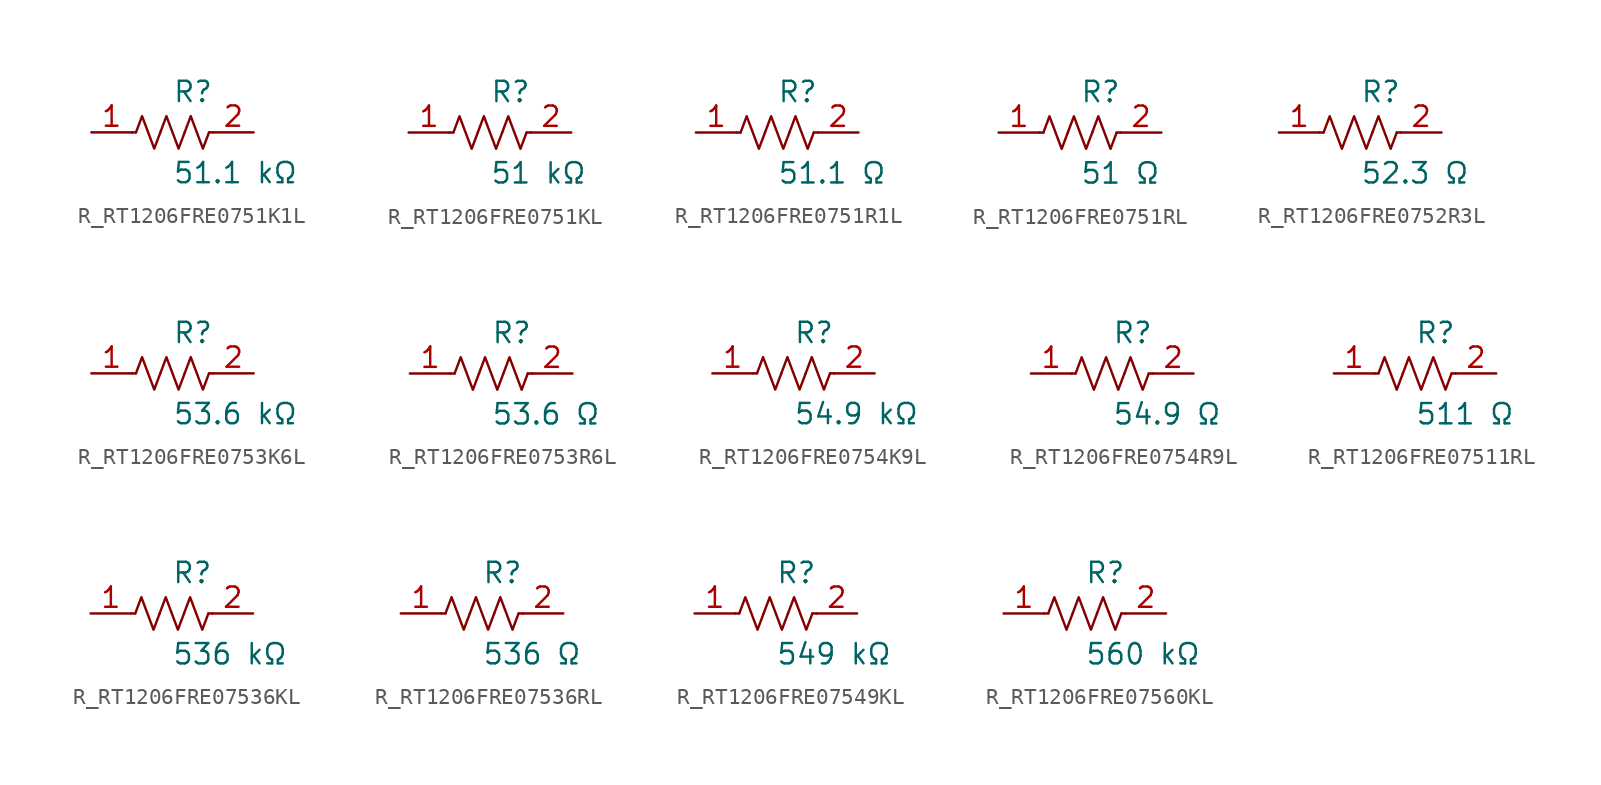
<source format=kicad_sym>
(kicad_symbol_lib
  (version 20231120)
  (generator kicad_symbol_editor)
  (generator_version 8.0)
  (symbol "R_RT1206FRE0751K1L"
    (pin_names
      (offset 0.254))
    (property "Reference" "R"
      (at 0 2.54 0)
      (effects (font (size 1.27 1.27)) (justify left)))
    (property "Value" "51.1 kΩ"
      (at 0 -2.54 0)
      (effects (font (size 1.27 1.27)) (justify left)))
    (symbol "R_RT1206FRE0751K1L_0_1"
      (polyline (pts (xy 2.286 0) (xy 2.54 0)) (stroke (width 0) (type default)) (fill (type none)))
      (polyline (pts (xy -2.286 0) (xy -2.54 0)) (stroke (width 0) (type default)) (fill (type none)))
      (polyline (pts (xy 0.762 0) (xy 1.143 1.016) (xy 1.524 0) (xy 1.905 -1.016) (xy 2.286 0)) (stroke (width 0) (type default)) (fill (type none)))
      (polyline (pts (xy -0.762 0) (xy -0.381 1.016) (xy 0 0) (xy 0.381 -1.016) (xy 0.762 0)) (stroke (width 0) (type default)) (fill (type none)))
      (polyline (pts (xy -2.286 0) (xy -1.905 1.016) (xy -1.524 0) (xy -1.143 -1.016) (xy -0.762 0)) (stroke (width 0) (type default)) (fill (type none))))
    (pin unspecified line
      (at -5.08 0 0)
      (length 2.54)
      (name "" (effects (font (size 1.27 1.27))))
      (number "1" (effects (font (size 1.27 1.27)))))
    (pin unspecified line
      (at 5.08 0 180)
      (length 2.54)
      (name "" (effects (font (size 1.27 1.27))))
      (number "2" (effects (font (size 1.27 1.27))))))
  (symbol "R_RT1206FRE0751KL"
    (pin_names
      (offset 0.254))
    (property "Reference" "R"
      (at 0 2.54 0)
      (effects (font (size 1.27 1.27)) (justify left)))
    (property "Value" "51 kΩ"
      (at 0 -2.54 0)
      (effects (font (size 1.27 1.27)) (justify left)))
    (symbol "R_RT1206FRE0751KL_0_1"
      (polyline (pts (xy 2.286 0) (xy 2.54 0)) (stroke (width 0) (type default)) (fill (type none)))
      (polyline (pts (xy -2.286 0) (xy -2.54 0)) (stroke (width 0) (type default)) (fill (type none)))
      (polyline (pts (xy 0.762 0) (xy 1.143 1.016) (xy 1.524 0) (xy 1.905 -1.016) (xy 2.286 0)) (stroke (width 0) (type default)) (fill (type none)))
      (polyline (pts (xy -0.762 0) (xy -0.381 1.016) (xy 0 0) (xy 0.381 -1.016) (xy 0.762 0)) (stroke (width 0) (type default)) (fill (type none)))
      (polyline (pts (xy -2.286 0) (xy -1.905 1.016) (xy -1.524 0) (xy -1.143 -1.016) (xy -0.762 0)) (stroke (width 0) (type default)) (fill (type none))))
    (pin unspecified line
      (at -5.08 0 0)
      (length 2.54)
      (name "" (effects (font (size 1.27 1.27))))
      (number "1" (effects (font (size 1.27 1.27)))))
    (pin unspecified line
      (at 5.08 0 180)
      (length 2.54)
      (name "" (effects (font (size 1.27 1.27))))
      (number "2" (effects (font (size 1.27 1.27))))))
  (symbol "R_RT1206FRE0751R1L"
    (pin_names
      (offset 0.254))
    (property "Reference" "R"
      (at 0 2.54 0)
      (effects (font (size 1.27 1.27)) (justify left)))
    (property "Value" "51.1 Ω"
      (at 0 -2.54 0)
      (effects (font (size 1.27 1.27)) (justify left)))
    (symbol "R_RT1206FRE0751R1L_0_1"
      (polyline (pts (xy 2.286 0) (xy 2.54 0)) (stroke (width 0) (type default)) (fill (type none)))
      (polyline (pts (xy -2.286 0) (xy -2.54 0)) (stroke (width 0) (type default)) (fill (type none)))
      (polyline (pts (xy 0.762 0) (xy 1.143 1.016) (xy 1.524 0) (xy 1.905 -1.016) (xy 2.286 0)) (stroke (width 0) (type default)) (fill (type none)))
      (polyline (pts (xy -0.762 0) (xy -0.381 1.016) (xy 0 0) (xy 0.381 -1.016) (xy 0.762 0)) (stroke (width 0) (type default)) (fill (type none)))
      (polyline (pts (xy -2.286 0) (xy -1.905 1.016) (xy -1.524 0) (xy -1.143 -1.016) (xy -0.762 0)) (stroke (width 0) (type default)) (fill (type none))))
    (pin unspecified line
      (at -5.08 0 0)
      (length 2.54)
      (name "" (effects (font (size 1.27 1.27))))
      (number "1" (effects (font (size 1.27 1.27)))))
    (pin unspecified line
      (at 5.08 0 180)
      (length 2.54)
      (name "" (effects (font (size 1.27 1.27))))
      (number "2" (effects (font (size 1.27 1.27))))))
  (symbol "R_RT1206FRE0751RL"
    (pin_names
      (offset 0.254))
    (property "Reference" "R"
      (at 0 2.54 0)
      (effects (font (size 1.27 1.27)) (justify left)))
    (property "Value" "51 Ω"
      (at 0 -2.54 0)
      (effects (font (size 1.27 1.27)) (justify left)))
    (symbol "R_RT1206FRE0751RL_0_1"
      (polyline (pts (xy 2.286 0) (xy 2.54 0)) (stroke (width 0) (type default)) (fill (type none)))
      (polyline (pts (xy -2.286 0) (xy -2.54 0)) (stroke (width 0) (type default)) (fill (type none)))
      (polyline (pts (xy 0.762 0) (xy 1.143 1.016) (xy 1.524 0) (xy 1.905 -1.016) (xy 2.286 0)) (stroke (width 0) (type default)) (fill (type none)))
      (polyline (pts (xy -0.762 0) (xy -0.381 1.016) (xy 0 0) (xy 0.381 -1.016) (xy 0.762 0)) (stroke (width 0) (type default)) (fill (type none)))
      (polyline (pts (xy -2.286 0) (xy -1.905 1.016) (xy -1.524 0) (xy -1.143 -1.016) (xy -0.762 0)) (stroke (width 0) (type default)) (fill (type none))))
    (pin unspecified line
      (at -5.08 0 0)
      (length 2.54)
      (name "" (effects (font (size 1.27 1.27))))
      (number "1" (effects (font (size 1.27 1.27)))))
    (pin unspecified line
      (at 5.08 0 180)
      (length 2.54)
      (name "" (effects (font (size 1.27 1.27))))
      (number "2" (effects (font (size 1.27 1.27))))))
  (symbol "R_RT1206FRE0752R3L"
    (pin_names
      (offset 0.254))
    (property "Reference" "R"
      (at 0 2.54 0)
      (effects (font (size 1.27 1.27)) (justify left)))
    (property "Value" "52.3 Ω"
      (at 0 -2.54 0)
      (effects (font (size 1.27 1.27)) (justify left)))
    (symbol "R_RT1206FRE0752R3L_0_1"
      (polyline (pts (xy 2.286 0) (xy 2.54 0)) (stroke (width 0) (type default)) (fill (type none)))
      (polyline (pts (xy -2.286 0) (xy -2.54 0)) (stroke (width 0) (type default)) (fill (type none)))
      (polyline (pts (xy 0.762 0) (xy 1.143 1.016) (xy 1.524 0) (xy 1.905 -1.016) (xy 2.286 0)) (stroke (width 0) (type default)) (fill (type none)))
      (polyline (pts (xy -0.762 0) (xy -0.381 1.016) (xy 0 0) (xy 0.381 -1.016) (xy 0.762 0)) (stroke (width 0) (type default)) (fill (type none)))
      (polyline (pts (xy -2.286 0) (xy -1.905 1.016) (xy -1.524 0) (xy -1.143 -1.016) (xy -0.762 0)) (stroke (width 0) (type default)) (fill (type none))))
    (pin unspecified line
      (at -5.08 0 0)
      (length 2.54)
      (name "" (effects (font (size 1.27 1.27))))
      (number "1" (effects (font (size 1.27 1.27)))))
    (pin unspecified line
      (at 5.08 0 180)
      (length 2.54)
      (name "" (effects (font (size 1.27 1.27))))
      (number "2" (effects (font (size 1.27 1.27))))))
  (symbol "R_RT1206FRE0753K6L"
    (pin_names
      (offset 0.254))
    (property "Reference" "R"
      (at 0 2.54 0)
      (effects (font (size 1.27 1.27)) (justify left)))
    (property "Value" "53.6 kΩ"
      (at 0 -2.54 0)
      (effects (font (size 1.27 1.27)) (justify left)))
    (symbol "R_RT1206FRE0753K6L_0_1"
      (polyline (pts (xy 2.286 0) (xy 2.54 0)) (stroke (width 0) (type default)) (fill (type none)))
      (polyline (pts (xy -2.286 0) (xy -2.54 0)) (stroke (width 0) (type default)) (fill (type none)))
      (polyline (pts (xy 0.762 0) (xy 1.143 1.016) (xy 1.524 0) (xy 1.905 -1.016) (xy 2.286 0)) (stroke (width 0) (type default)) (fill (type none)))
      (polyline (pts (xy -0.762 0) (xy -0.381 1.016) (xy 0 0) (xy 0.381 -1.016) (xy 0.762 0)) (stroke (width 0) (type default)) (fill (type none)))
      (polyline (pts (xy -2.286 0) (xy -1.905 1.016) (xy -1.524 0) (xy -1.143 -1.016) (xy -0.762 0)) (stroke (width 0) (type default)) (fill (type none))))
    (pin unspecified line
      (at -5.08 0 0)
      (length 2.54)
      (name "" (effects (font (size 1.27 1.27))))
      (number "1" (effects (font (size 1.27 1.27)))))
    (pin unspecified line
      (at 5.08 0 180)
      (length 2.54)
      (name "" (effects (font (size 1.27 1.27))))
      (number "2" (effects (font (size 1.27 1.27))))))
  (symbol "R_RT1206FRE0753R6L"
    (pin_names
      (offset 0.254))
    (property "Reference" "R"
      (at 0 2.54 0)
      (effects (font (size 1.27 1.27)) (justify left)))
    (property "Value" "53.6 Ω"
      (at 0 -2.54 0)
      (effects (font (size 1.27 1.27)) (justify left)))
    (symbol "R_RT1206FRE0753R6L_0_1"
      (polyline (pts (xy 2.286 0) (xy 2.54 0)) (stroke (width 0) (type default)) (fill (type none)))
      (polyline (pts (xy -2.286 0) (xy -2.54 0)) (stroke (width 0) (type default)) (fill (type none)))
      (polyline (pts (xy 0.762 0) (xy 1.143 1.016) (xy 1.524 0) (xy 1.905 -1.016) (xy 2.286 0)) (stroke (width 0) (type default)) (fill (type none)))
      (polyline (pts (xy -0.762 0) (xy -0.381 1.016) (xy 0 0) (xy 0.381 -1.016) (xy 0.762 0)) (stroke (width 0) (type default)) (fill (type none)))
      (polyline (pts (xy -2.286 0) (xy -1.905 1.016) (xy -1.524 0) (xy -1.143 -1.016) (xy -0.762 0)) (stroke (width 0) (type default)) (fill (type none))))
    (pin unspecified line
      (at -5.08 0 0)
      (length 2.54)
      (name "" (effects (font (size 1.27 1.27))))
      (number "1" (effects (font (size 1.27 1.27)))))
    (pin unspecified line
      (at 5.08 0 180)
      (length 2.54)
      (name "" (effects (font (size 1.27 1.27))))
      (number "2" (effects (font (size 1.27 1.27))))))
  (symbol "R_RT1206FRE0754K9L"
    (pin_names
      (offset 0.254))
    (property "Reference" "R"
      (at 0 2.54 0)
      (effects (font (size 1.27 1.27)) (justify left)))
    (property "Value" "54.9 kΩ"
      (at 0 -2.54 0)
      (effects (font (size 1.27 1.27)) (justify left)))
    (symbol "R_RT1206FRE0754K9L_0_1"
      (polyline (pts (xy 2.286 0) (xy 2.54 0)) (stroke (width 0) (type default)) (fill (type none)))
      (polyline (pts (xy -2.286 0) (xy -2.54 0)) (stroke (width 0) (type default)) (fill (type none)))
      (polyline (pts (xy 0.762 0) (xy 1.143 1.016) (xy 1.524 0) (xy 1.905 -1.016) (xy 2.286 0)) (stroke (width 0) (type default)) (fill (type none)))
      (polyline (pts (xy -0.762 0) (xy -0.381 1.016) (xy 0 0) (xy 0.381 -1.016) (xy 0.762 0)) (stroke (width 0) (type default)) (fill (type none)))
      (polyline (pts (xy -2.286 0) (xy -1.905 1.016) (xy -1.524 0) (xy -1.143 -1.016) (xy -0.762 0)) (stroke (width 0) (type default)) (fill (type none))))
    (pin unspecified line
      (at -5.08 0 0)
      (length 2.54)
      (name "" (effects (font (size 1.27 1.27))))
      (number "1" (effects (font (size 1.27 1.27)))))
    (pin unspecified line
      (at 5.08 0 180)
      (length 2.54)
      (name "" (effects (font (size 1.27 1.27))))
      (number "2" (effects (font (size 1.27 1.27))))))
  (symbol "R_RT1206FRE0754R9L"
    (pin_names
      (offset 0.254))
    (property "Reference" "R"
      (at 0 2.54 0)
      (effects (font (size 1.27 1.27)) (justify left)))
    (property "Value" "54.9 Ω"
      (at 0 -2.54 0)
      (effects (font (size 1.27 1.27)) (justify left)))
    (symbol "R_RT1206FRE0754R9L_0_1"
      (polyline (pts (xy 2.286 0) (xy 2.54 0)) (stroke (width 0) (type default)) (fill (type none)))
      (polyline (pts (xy -2.286 0) (xy -2.54 0)) (stroke (width 0) (type default)) (fill (type none)))
      (polyline (pts (xy 0.762 0) (xy 1.143 1.016) (xy 1.524 0) (xy 1.905 -1.016) (xy 2.286 0)) (stroke (width 0) (type default)) (fill (type none)))
      (polyline (pts (xy -0.762 0) (xy -0.381 1.016) (xy 0 0) (xy 0.381 -1.016) (xy 0.762 0)) (stroke (width 0) (type default)) (fill (type none)))
      (polyline (pts (xy -2.286 0) (xy -1.905 1.016) (xy -1.524 0) (xy -1.143 -1.016) (xy -0.762 0)) (stroke (width 0) (type default)) (fill (type none))))
    (pin unspecified line
      (at -5.08 0 0)
      (length 2.54)
      (name "" (effects (font (size 1.27 1.27))))
      (number "1" (effects (font (size 1.27 1.27)))))
    (pin unspecified line
      (at 5.08 0 180)
      (length 2.54)
      (name "" (effects (font (size 1.27 1.27))))
      (number "2" (effects (font (size 1.27 1.27))))))
  (symbol "R_RT1206FRE07511RL"
    (pin_names
      (offset 0.254))
    (property "Reference" "R"
      (at 0 2.54 0)
      (effects (font (size 1.27 1.27)) (justify left)))
    (property "Value" "511 Ω"
      (at 0 -2.54 0)
      (effects (font (size 1.27 1.27)) (justify left)))
    (symbol "R_RT1206FRE07511RL_0_1"
      (polyline (pts (xy 2.286 0) (xy 2.54 0)) (stroke (width 0) (type default)) (fill (type none)))
      (polyline (pts (xy -2.286 0) (xy -2.54 0)) (stroke (width 0) (type default)) (fill (type none)))
      (polyline (pts (xy 0.762 0) (xy 1.143 1.016) (xy 1.524 0) (xy 1.905 -1.016) (xy 2.286 0)) (stroke (width 0) (type default)) (fill (type none)))
      (polyline (pts (xy -0.762 0) (xy -0.381 1.016) (xy 0 0) (xy 0.381 -1.016) (xy 0.762 0)) (stroke (width 0) (type default)) (fill (type none)))
      (polyline (pts (xy -2.286 0) (xy -1.905 1.016) (xy -1.524 0) (xy -1.143 -1.016) (xy -0.762 0)) (stroke (width 0) (type default)) (fill (type none))))
    (pin unspecified line
      (at -5.08 0 0)
      (length 2.54)
      (name "" (effects (font (size 1.27 1.27))))
      (number "1" (effects (font (size 1.27 1.27)))))
    (pin unspecified line
      (at 5.08 0 180)
      (length 2.54)
      (name "" (effects (font (size 1.27 1.27))))
      (number "2" (effects (font (size 1.27 1.27))))))
  (symbol "R_RT1206FRE07536KL"
    (pin_names
      (offset 0.254))
    (property "Reference" "R"
      (at 0 2.54 0)
      (effects (font (size 1.27 1.27)) (justify left)))
    (property "Value" "536 kΩ"
      (at 0 -2.54 0)
      (effects (font (size 1.27 1.27)) (justify left)))
    (symbol "R_RT1206FRE07536KL_0_1"
      (polyline (pts (xy 2.286 0) (xy 2.54 0)) (stroke (width 0) (type default)) (fill (type none)))
      (polyline (pts (xy -2.286 0) (xy -2.54 0)) (stroke (width 0) (type default)) (fill (type none)))
      (polyline (pts (xy 0.762 0) (xy 1.143 1.016) (xy 1.524 0) (xy 1.905 -1.016) (xy 2.286 0)) (stroke (width 0) (type default)) (fill (type none)))
      (polyline (pts (xy -0.762 0) (xy -0.381 1.016) (xy 0 0) (xy 0.381 -1.016) (xy 0.762 0)) (stroke (width 0) (type default)) (fill (type none)))
      (polyline (pts (xy -2.286 0) (xy -1.905 1.016) (xy -1.524 0) (xy -1.143 -1.016) (xy -0.762 0)) (stroke (width 0) (type default)) (fill (type none))))
    (pin unspecified line
      (at -5.08 0 0)
      (length 2.54)
      (name "" (effects (font (size 1.27 1.27))))
      (number "1" (effects (font (size 1.27 1.27)))))
    (pin unspecified line
      (at 5.08 0 180)
      (length 2.54)
      (name "" (effects (font (size 1.27 1.27))))
      (number "2" (effects (font (size 1.27 1.27))))))
  (symbol "R_RT1206FRE07536RL"
    (pin_names
      (offset 0.254))
    (property "Reference" "R"
      (at 0 2.54 0)
      (effects (font (size 1.27 1.27)) (justify left)))
    (property "Value" "536 Ω"
      (at 0 -2.54 0)
      (effects (font (size 1.27 1.27)) (justify left)))
    (symbol "R_RT1206FRE07536RL_0_1"
      (polyline (pts (xy 2.286 0) (xy 2.54 0)) (stroke (width 0) (type default)) (fill (type none)))
      (polyline (pts (xy -2.286 0) (xy -2.54 0)) (stroke (width 0) (type default)) (fill (type none)))
      (polyline (pts (xy 0.762 0) (xy 1.143 1.016) (xy 1.524 0) (xy 1.905 -1.016) (xy 2.286 0)) (stroke (width 0) (type default)) (fill (type none)))
      (polyline (pts (xy -0.762 0) (xy -0.381 1.016) (xy 0 0) (xy 0.381 -1.016) (xy 0.762 0)) (stroke (width 0) (type default)) (fill (type none)))
      (polyline (pts (xy -2.286 0) (xy -1.905 1.016) (xy -1.524 0) (xy -1.143 -1.016) (xy -0.762 0)) (stroke (width 0) (type default)) (fill (type none))))
    (pin unspecified line
      (at -5.08 0 0)
      (length 2.54)
      (name "" (effects (font (size 1.27 1.27))))
      (number "1" (effects (font (size 1.27 1.27)))))
    (pin unspecified line
      (at 5.08 0 180)
      (length 2.54)
      (name "" (effects (font (size 1.27 1.27))))
      (number "2" (effects (font (size 1.27 1.27))))))
  (symbol "R_RT1206FRE07549KL"
    (pin_names
      (offset 0.254))
    (property "Reference" "R"
      (at 0 2.54 0)
      (effects (font (size 1.27 1.27)) (justify left)))
    (property "Value" "549 kΩ"
      (at 0 -2.54 0)
      (effects (font (size 1.27 1.27)) (justify left)))
    (symbol "R_RT1206FRE07549KL_0_1"
      (polyline (pts (xy 2.286 0) (xy 2.54 0)) (stroke (width 0) (type default)) (fill (type none)))
      (polyline (pts (xy -2.286 0) (xy -2.54 0)) (stroke (width 0) (type default)) (fill (type none)))
      (polyline (pts (xy 0.762 0) (xy 1.143 1.016) (xy 1.524 0) (xy 1.905 -1.016) (xy 2.286 0)) (stroke (width 0) (type default)) (fill (type none)))
      (polyline (pts (xy -0.762 0) (xy -0.381 1.016) (xy 0 0) (xy 0.381 -1.016) (xy 0.762 0)) (stroke (width 0) (type default)) (fill (type none)))
      (polyline (pts (xy -2.286 0) (xy -1.905 1.016) (xy -1.524 0) (xy -1.143 -1.016) (xy -0.762 0)) (stroke (width 0) (type default)) (fill (type none))))
    (pin unspecified line
      (at -5.08 0 0)
      (length 2.54)
      (name "" (effects (font (size 1.27 1.27))))
      (number "1" (effects (font (size 1.27 1.27)))))
    (pin unspecified line
      (at 5.08 0 180)
      (length 2.54)
      (name "" (effects (font (size 1.27 1.27))))
      (number "2" (effects (font (size 1.27 1.27))))))
  (symbol "R_RT1206FRE07560KL"
    (pin_names
      (offset 0.254))
    (property "Reference" "R"
      (at 0 2.54 0)
      (effects (font (size 1.27 1.27)) (justify left)))
    (property "Value" "560 kΩ"
      (at 0 -2.54 0)
      (effects (font (size 1.27 1.27)) (justify left)))
    (symbol "R_RT1206FRE07560KL_0_1"
      (polyline (pts (xy 2.286 0) (xy 2.54 0)) (stroke (width 0) (type default)) (fill (type none)))
      (polyline (pts (xy -2.286 0) (xy -2.54 0)) (stroke (width 0) (type default)) (fill (type none)))
      (polyline (pts (xy 0.762 0) (xy 1.143 1.016) (xy 1.524 0) (xy 1.905 -1.016) (xy 2.286 0)) (stroke (width 0) (type default)) (fill (type none)))
      (polyline (pts (xy -0.762 0) (xy -0.381 1.016) (xy 0 0) (xy 0.381 -1.016) (xy 0.762 0)) (stroke (width 0) (type default)) (fill (type none)))
      (polyline (pts (xy -2.286 0) (xy -1.905 1.016) (xy -1.524 0) (xy -1.143 -1.016) (xy -0.762 0)) (stroke (width 0) (type default)) (fill (type none))))
    (pin unspecified line
      (at -5.08 0 0)
      (length 2.54)
      (name "" (effects (font (size 1.27 1.27))))
      (number "1" (effects (font (size 1.27 1.27)))))
    (pin unspecified line
      (at 5.08 0 180)
      (length 2.54)
      (name "" (effects (font (size 1.27 1.27))))
      (number "2" (effects (font (size 1.27 1.27)))))))
</source>
